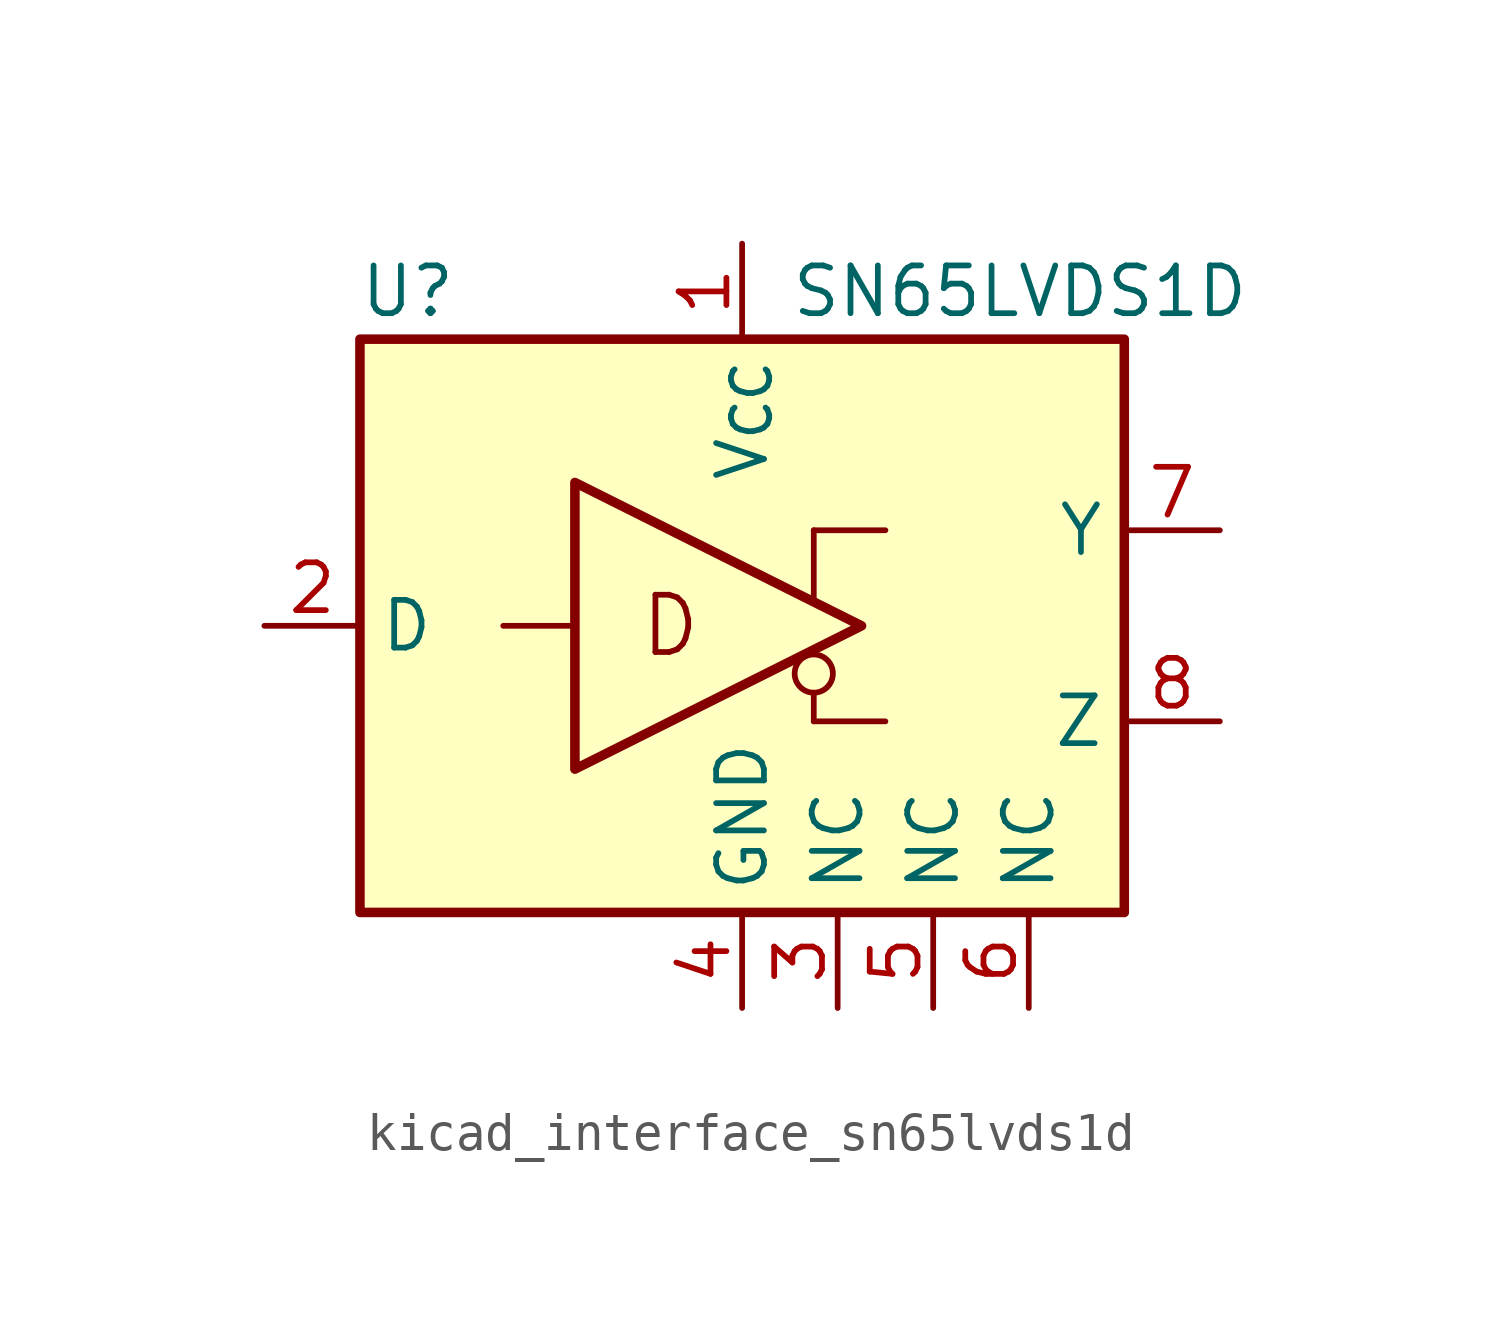
<source format=kicad_sym>
(kicad_symbol_lib
  (version 20220914)
  (generator kicad_symbol_editor)
  (symbol "kicad_interface_sn65lvds1d"
    (property "Reference" "U"
      (at -8.89 8.89 0)
      (effects (font (size 1.27 1.27))))
    (property "Value" "SN65LVDS1D"
      (at 1.27 8.89 0)
      (effects (font (size 1.27 1.27)) (justify left)))
    (symbol "kicad_interface_sn65lvds1d_1_0"
      (rectangle (start -10.16 7.62) (end 10.16 -7.62) (stroke (width 0.254) (type default) (color 0 0 0 0)) (fill (type background)))
      (polyline (pts (xy 1.905 -1.778) (xy 1.905 -2.54)) (stroke (width 0) (type default) (color 0 0 0 0)) (fill (type none)))
      (polyline (pts (xy 1.905 0.635) (xy 1.905 2.54)) (stroke (width 0) (type default) (color 0 0 0 0)) (fill (type none)))
      (circle (center 1.905 -1.27) (radius 0.508) (stroke (width 0) (type default) (color 0 0 0 0)) (fill (type none)))
      (text "D" (at -1.905 0 0) (effects (font (size 1.524 1.524)))))
    (symbol "kicad_interface_sn65lvds1d_1_1"
      (polyline (pts (xy -6.35 0) (xy -4.445 0)) (stroke (width 0) (type default) (color 0 0 0 0)) (fill (type none)))
      (polyline (pts (xy 1.905 -2.54) (xy 3.81 -2.54)) (stroke (width 0) (type default) (color 0 0 0 0)) (fill (type none)))
      (polyline (pts (xy 3.81 2.54) (xy 1.905 2.54)) (stroke (width 0) (type default) (color 0 0 0 0)) (fill (type none)))
      (polyline (pts (xy -4.445 -3.81) (xy -4.445 3.81) (xy 3.175 0) (xy -4.445 -3.81)) (stroke (width 0.254) (type default) (color 0 0 0 0)) (fill (type none)))
      (pin power_in line (at 0 10.16 270) (length 2.54) (name "V_{CC}" (effects (font (size 1.27 1.27)))) (number "1" (effects (font (size 1.27 1.27)))))
      (pin input line (at -12.7 0 0) (length 2.54) (name "D" (effects (font (size 1.27 1.27)))) (number "2" (effects (font (size 1.27 1.27)))))
      (pin passive line (at 2.54 -10.16 90) (length 2.54) (name "NC" (effects (font (size 1.27 1.27)))) (number "3" (effects (font (size 1.27 1.27)))))
      (pin power_in line (at 0 -10.16 90) (length 2.54) (name "GND" (effects (font (size 1.27 1.27)))) (number "4" (effects (font (size 1.27 1.27)))))
      (pin passive line (at 5.08 -10.16 90) (length 2.54) (name "NC" (effects (font (size 1.27 1.27)))) (number "5" (effects (font (size 1.27 1.27)))))
      (pin passive line (at 7.62 -10.16 90) (length 2.54) (name "NC" (effects (font (size 1.27 1.27)))) (number "6" (effects (font (size 1.27 1.27)))))
      (pin output line (at 12.7 2.54 180) (length 2.54) (name "Y" (effects (font (size 1.27 1.27)))) (number "7" (effects (font (size 1.27 1.27)))))
      (pin output line (at 12.7 -2.54 180) (length 2.54) (name "Z" (effects (font (size 1.27 1.27)))) (number "8" (effects (font (size 1.27 1.27))))))))
</source>
